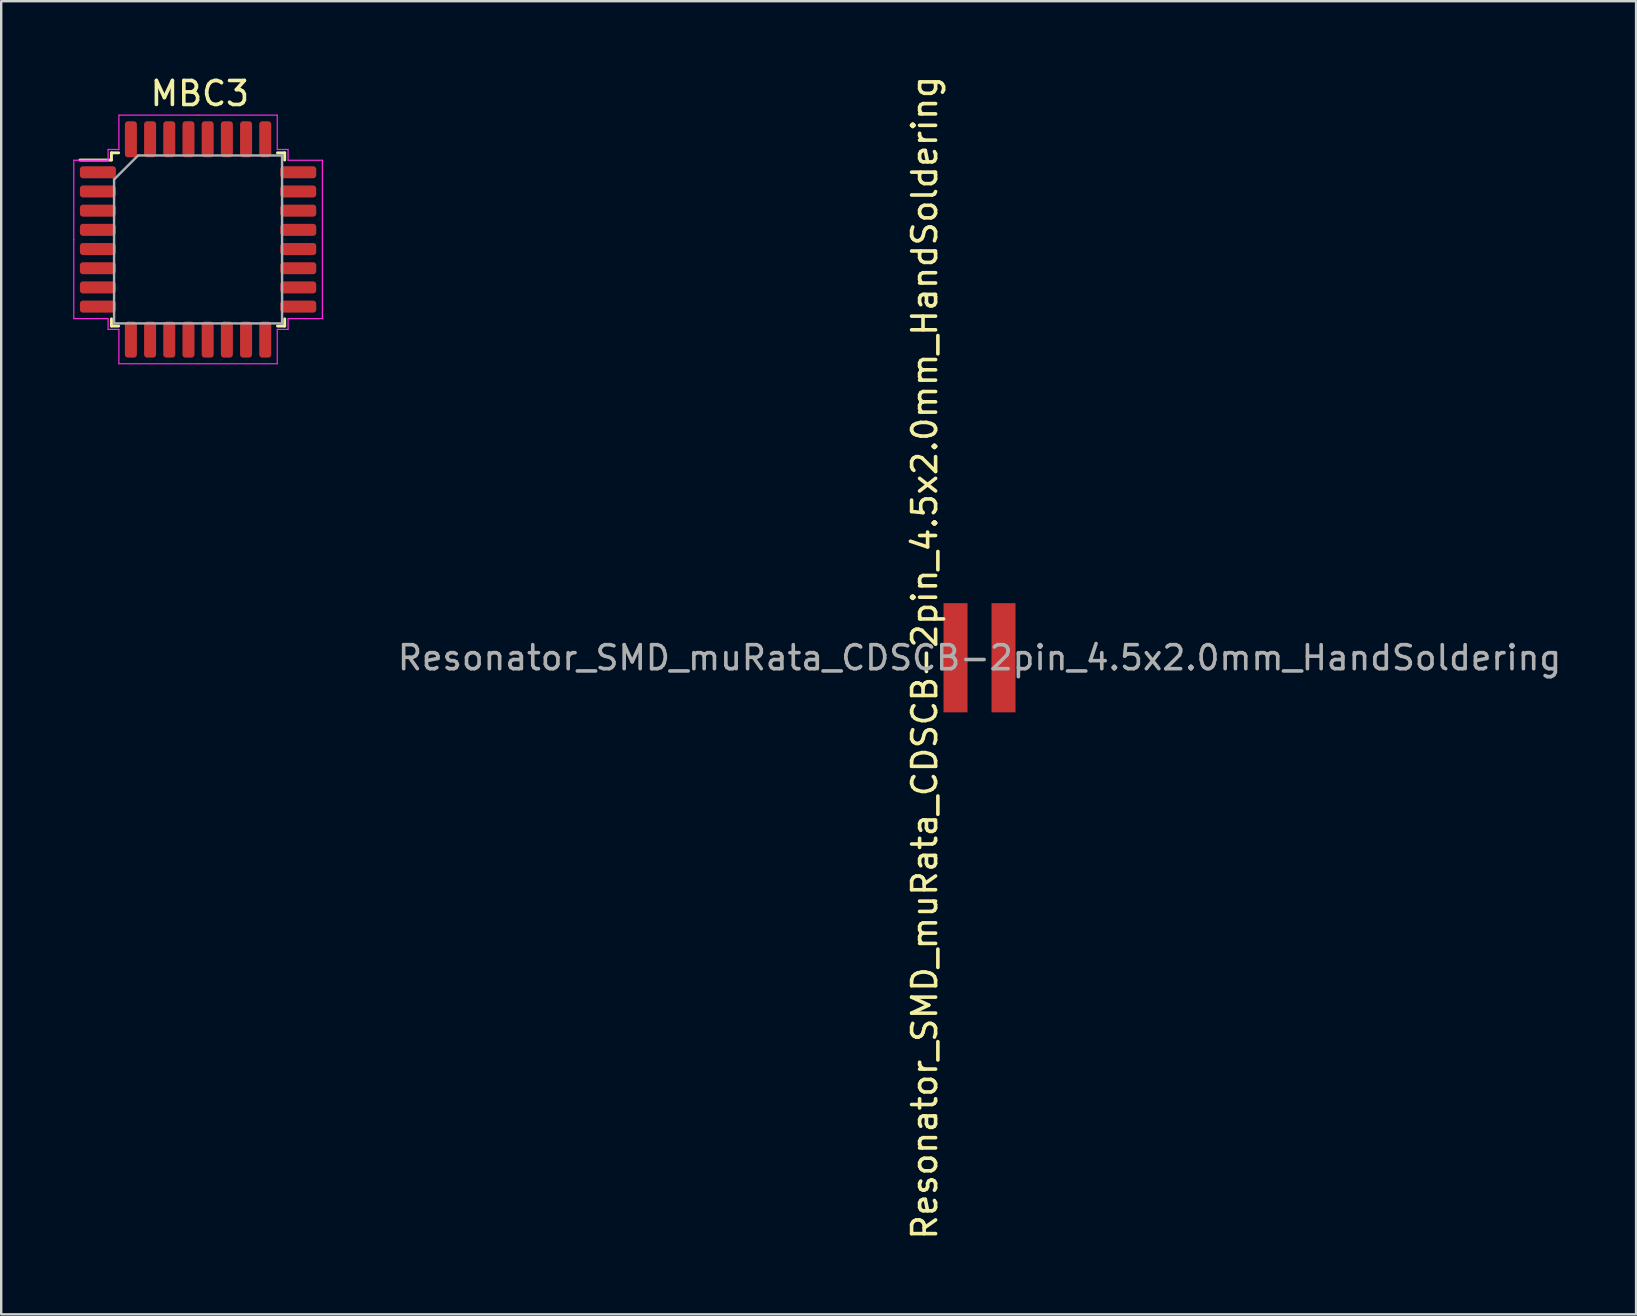
<source format=kicad_pcb>
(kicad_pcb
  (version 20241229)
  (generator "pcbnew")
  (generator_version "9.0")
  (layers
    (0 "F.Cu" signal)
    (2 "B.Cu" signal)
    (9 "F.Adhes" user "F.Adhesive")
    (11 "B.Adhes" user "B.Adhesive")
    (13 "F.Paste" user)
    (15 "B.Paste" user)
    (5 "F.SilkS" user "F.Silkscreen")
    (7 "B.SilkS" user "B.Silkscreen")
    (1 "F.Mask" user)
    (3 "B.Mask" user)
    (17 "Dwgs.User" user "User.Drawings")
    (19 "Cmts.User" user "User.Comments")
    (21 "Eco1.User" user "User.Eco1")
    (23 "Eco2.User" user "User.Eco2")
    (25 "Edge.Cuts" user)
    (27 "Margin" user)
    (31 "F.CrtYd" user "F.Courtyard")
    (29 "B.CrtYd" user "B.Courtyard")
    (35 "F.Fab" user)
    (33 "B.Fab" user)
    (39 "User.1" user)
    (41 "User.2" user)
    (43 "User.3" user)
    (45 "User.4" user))
  (footprint "MBC3"
    (layer "F.Cu")
    (at 5.469 7.277)
    (property "Reference" "MBC3" (at -0.191 -6.429 0) (layer "F.SilkS") (effects (font (size 1 1) (thickness 0.15))))
    (attr through_hole)
    (fp_line (start -3.874 -3.958) (end -3.874 -3.658) (stroke (width 0.12) (type solid)) (layer "F.SilkS"))
    (fp_line (start -3.874 -3.658) (end -5.189 -3.658) (stroke (width 0.12) (type solid)) (layer "F.SilkS"))
    (fp_line (start -3.874 3.262) (end -3.874 2.962) (stroke (width 0.12) (type solid)) (layer "F.SilkS"))
    (fp_line (start -3.574 -3.958) (end -3.874 -3.958) (stroke (width 0.12) (type solid)) (layer "F.SilkS"))
    (fp_line (start -3.574 3.262) (end -3.874 3.262) (stroke (width 0.12) (type solid)) (layer "F.SilkS"))
    (fp_line (start 3.046 -3.958) (end 3.346 -3.958) (stroke (width 0.12) (type solid)) (layer "F.SilkS"))
    (fp_line (start 3.046 3.262) (end 3.346 3.262) (stroke (width 0.12) (type solid)) (layer "F.SilkS"))
    (fp_line (start 3.346 -3.958) (end 3.346 -3.658) (stroke (width 0.12) (type solid)) (layer "F.SilkS"))
    (fp_line (start 3.346 3.262) (end 3.346 2.962) (stroke (width 0.12) (type solid)) (layer "F.SilkS"))
    (fp_line (start -5.444 -3.648) (end -5.444 -0.348) (stroke (width 0.05) (type solid)) (layer "F.CrtYd"))
    (fp_line (start -5.444 2.952) (end -5.444 -0.348) (stroke (width 0.05) (type solid)) (layer "F.CrtYd"))
    (fp_line (start -4.014 -4.098) (end -4.014 -3.648) (stroke (width 0.05) (type solid)) (layer "F.CrtYd"))
    (fp_line (start -4.014 -3.648) (end -5.444 -3.648) (stroke (width 0.05) (type solid)) (layer "F.CrtYd"))
    (fp_line (start -4.014 2.952) (end -5.444 2.952) (stroke (width 0.05) (type solid)) (layer "F.CrtYd"))
    (fp_line (start -4.014 3.402) (end -4.014 2.952) (stroke (width 0.05) (type solid)) (layer "F.CrtYd"))
    (fp_line (start -3.564 -5.528) (end -3.564 -4.098) (stroke (width 0.05) (type solid)) (layer "F.CrtYd"))
    (fp_line (start -3.564 -4.098) (end -4.014 -4.098) (stroke (width 0.05) (type solid)) (layer "F.CrtYd"))
    (fp_line (start -3.564 3.402) (end -4.014 3.402) (stroke (width 0.05) (type solid)) (layer "F.CrtYd"))
    (fp_line (start -3.564 4.832) (end -3.564 3.402) (stroke (width 0.05) (type solid)) (layer "F.CrtYd"))
    (fp_line (start -0.264 -5.528) (end -3.564 -5.528) (stroke (width 0.05) (type solid)) (layer "F.CrtYd"))
    (fp_line (start -0.264 -5.528) (end 3.036 -5.528) (stroke (width 0.05) (type solid)) (layer "F.CrtYd"))
    (fp_line (start -0.264 4.832) (end -3.564 4.832) (stroke (width 0.05) (type solid)) (layer "F.CrtYd"))
    (fp_line (start -0.264 4.832) (end 3.036 4.832) (stroke (width 0.05) (type solid)) (layer "F.CrtYd"))
    (fp_line (start 3.036 -5.528) (end 3.036 -4.098) (stroke (width 0.05) (type solid)) (layer "F.CrtYd"))
    (fp_line (start 3.036 -4.098) (end 3.486 -4.098) (stroke (width 0.05) (type solid)) (layer "F.CrtYd"))
    (fp_line (start 3.036 3.402) (end 3.486 3.402) (stroke (width 0.05) (type solid)) (layer "F.CrtYd"))
    (fp_line (start 3.036 4.832) (end 3.036 3.402) (stroke (width 0.05) (type solid)) (layer "F.CrtYd"))
    (fp_line (start 3.486 -4.098) (end 3.486 -3.648) (stroke (width 0.05) (type solid)) (layer "F.CrtYd"))
    (fp_line (start 3.486 -3.648) (end 4.916 -3.648) (stroke (width 0.05) (type solid)) (layer "F.CrtYd"))
    (fp_line (start 3.486 2.952) (end 4.916 2.952) (stroke (width 0.05) (type solid)) (layer "F.CrtYd"))
    (fp_line (start 3.486 3.402) (end 3.486 2.952) (stroke (width 0.05) (type solid)) (layer "F.CrtYd"))
    (fp_line (start 4.916 -3.648) (end 4.916 -0.348) (stroke (width 0.05) (type solid)) (layer "F.CrtYd"))
    (fp_line (start 4.916 2.952) (end 4.916 -0.348) (stroke (width 0.05) (type solid)) (layer "F.CrtYd"))
    (fp_line (start -3.764 -2.848) (end -2.764 -3.848) (stroke (width 0.1) (type solid)) (layer "F.Fab"))
    (fp_line (start -3.764 3.152) (end -3.764 -2.848) (stroke (width 0.1) (type solid)) (layer "F.Fab"))
    (fp_line (start -2.764 -3.848) (end 3.236 -3.848) (stroke (width 0.1) (type solid)) (layer "F.Fab"))
    (fp_line (start 3.236 -3.848) (end 3.236 3.152) (stroke (width 0.1) (type solid)) (layer "F.Fab"))
    (fp_line (start 3.236 3.152) (end -3.764 3.152) (stroke (width 0.1) (type solid)) (layer "F.Fab"))
    (pad "1" smd roundrect (at -4.439 -3.148) (size 1.5 0.5) (layers "F.Cu" "F.Mask" "F.Paste") (roundrect_rratio 0.25))
    (pad "2" smd roundrect (at -4.439 -2.348) (size 1.5 0.5) (layers "F.Cu" "F.Mask" "F.Paste") (roundrect_rratio 0.25))
    (pad "3" smd roundrect (at -4.439 -1.548) (size 1.5 0.5) (layers "F.Cu" "F.Mask" "F.Paste") (roundrect_rratio 0.25))
    (pad "4" smd roundrect (at -4.439 -0.748) (size 1.5 0.5) (layers "F.Cu" "F.Mask" "F.Paste") (roundrect_rratio 0.25))
    (pad "5" smd roundrect (at -4.439 0.052) (size 1.5 0.5) (layers "F.Cu" "F.Mask" "F.Paste") (roundrect_rratio 0.25))
    (pad "6" smd roundrect (at -4.439 0.852) (size 1.5 0.5) (layers "F.Cu" "F.Mask" "F.Paste") (roundrect_rratio 0.25))
    (pad "7" smd roundrect (at -4.439 1.652) (size 1.5 0.5) (layers "F.Cu" "F.Mask" "F.Paste") (roundrect_rratio 0.25))
    (pad "8" smd roundrect (at -4.439 2.452) (size 1.5 0.5) (layers "F.Cu" "F.Mask" "F.Paste") (roundrect_rratio 0.25))
    (pad "9" smd roundrect (at -3.064 3.827) (size 0.5 1.5) (layers "F.Cu" "F.Mask" "F.Paste") (roundrect_rratio 0.25))
    (pad "10" smd roundrect (at -2.264 3.827) (size 0.5 1.5) (layers "F.Cu" "F.Mask" "F.Paste") (roundrect_rratio 0.25))
    (pad "11" smd roundrect (at -1.464 3.827) (size 0.5 1.5) (layers "F.Cu" "F.Mask" "F.Paste") (roundrect_rratio 0.25))
    (pad "12" smd roundrect (at -0.664 3.827) (size 0.5 1.5) (layers "F.Cu" "F.Mask" "F.Paste") (roundrect_rratio 0.25))
    (pad "13" smd roundrect (at 0.136 3.827) (size 0.5 1.5) (layers "F.Cu" "F.Mask" "F.Paste") (roundrect_rratio 0.25))
    (pad "14" smd roundrect (at 0.936 3.827) (size 0.5 1.5) (layers "F.Cu" "F.Mask" "F.Paste") (roundrect_rratio 0.25))
    (pad "15" smd roundrect (at 1.736 3.827) (size 0.5 1.5) (layers "F.Cu" "F.Mask" "F.Paste") (roundrect_rratio 0.25))
    (pad "16" smd roundrect (at 2.536 3.827) (size 0.5 1.5) (layers "F.Cu" "F.Mask" "F.Paste") (roundrect_rratio 0.25))
    (pad "17" smd roundrect (at 3.911 2.452) (size 1.5 0.5) (layers "F.Cu" "F.Mask" "F.Paste") (roundrect_rratio 0.25))
    (pad "18" smd roundrect (at 3.911 1.652) (size 1.5 0.5) (layers "F.Cu" "F.Mask" "F.Paste") (roundrect_rratio 0.25))
    (pad "19" smd roundrect (at 3.911 0.852) (size 1.5 0.5) (layers "F.Cu" "F.Mask" "F.Paste") (roundrect_rratio 0.25))
    (pad "20" smd roundrect (at 3.911 0.052) (size 1.5 0.5) (layers "F.Cu" "F.Mask" "F.Paste") (roundrect_rratio 0.25))
    (pad "21" smd roundrect (at 3.911 -0.748) (size 1.5 0.5) (layers "F.Cu" "F.Mask" "F.Paste") (roundrect_rratio 0.25))
    (pad "22" smd roundrect (at 3.911 -1.548) (size 1.5 0.5) (layers "F.Cu" "F.Mask" "F.Paste") (roundrect_rratio 0.25))
    (pad "23" smd roundrect (at 3.911 -2.348) (size 1.5 0.5) (layers "F.Cu" "F.Mask" "F.Paste") (roundrect_rratio 0.25))
    (pad "24" smd roundrect (at 3.911 -3.148) (size 1.5 0.5) (layers "F.Cu" "F.Mask" "F.Paste") (roundrect_rratio 0.25))
    (pad "25" smd roundrect (at 2.536 -4.523) (size 0.5 1.5) (layers "F.Cu" "F.Mask" "F.Paste") (roundrect_rratio 0.25))
    (pad "26" smd roundrect (at 1.736 -4.523) (size 0.5 1.5) (layers "F.Cu" "F.Mask" "F.Paste") (roundrect_rratio 0.25))
    (pad "27" smd roundrect (at 0.936 -4.523) (size 0.5 1.5) (layers "F.Cu" "F.Mask" "F.Paste") (roundrect_rratio 0.25))
    (pad "28" smd roundrect (at 0.136 -4.523) (size 0.5 1.5) (layers "F.Cu" "F.Mask" "F.Paste") (roundrect_rratio 0.25))
    (pad "29" smd roundrect (at -0.664 -4.523) (size 0.5 1.5) (layers "F.Cu" "F.Mask" "F.Paste") (roundrect_rratio 0.25))
    (pad "30" smd roundrect (at -1.464 -4.523) (size 0.5 1.5) (layers "F.Cu" "F.Mask" "F.Paste") (roundrect_rratio 0.25))
    (pad "31" smd roundrect (at -2.264 -4.523) (size 0.5 1.5) (layers "F.Cu" "F.Mask" "F.Paste") (roundrect_rratio 0.25))
    (pad "32" smd roundrect (at -3.064 -4.523) (size 0.5 1.5) (layers "F.Cu" "F.Mask" "F.Paste") (roundrect_rratio 0.25)))
  (footprint "Resonator_SMD_muRata_CDSCB-2pin_4.5x2.0mm_HandSoldering"
    (layer "F.Cu")
    (at 37.773 24.363)
    (property "Reference" "Resonator_SMD_muRata_CDSCB-2pin_4.5x2.0mm_HandSoldering" (at -2.286 0 90) (layer "F.SilkS") (effects (font (size 1 1) (thickness 0.15))))
    (attr smd)
    (fp_text user "${REFERENCE}" (at 0 0 180) (layer "F.Fab") (effects (font (size 1 1) (thickness 0.15))))
    (pad "1" smd rect (at -1 0) (size 1 4.55) (layers "F.Cu" "F.Mask" "F.Paste"))
    (pad "2" smd rect (at 1 0) (size 1 4.55) (layers "F.Cu" "F.Mask" "F.Paste")))
  (gr_rect
    (start -3 -3)
    (end 65.136 51.726)
    (stroke (width 0.1) (type default))
    (fill no)
    (layer "Edge.Cuts")))
</source>
